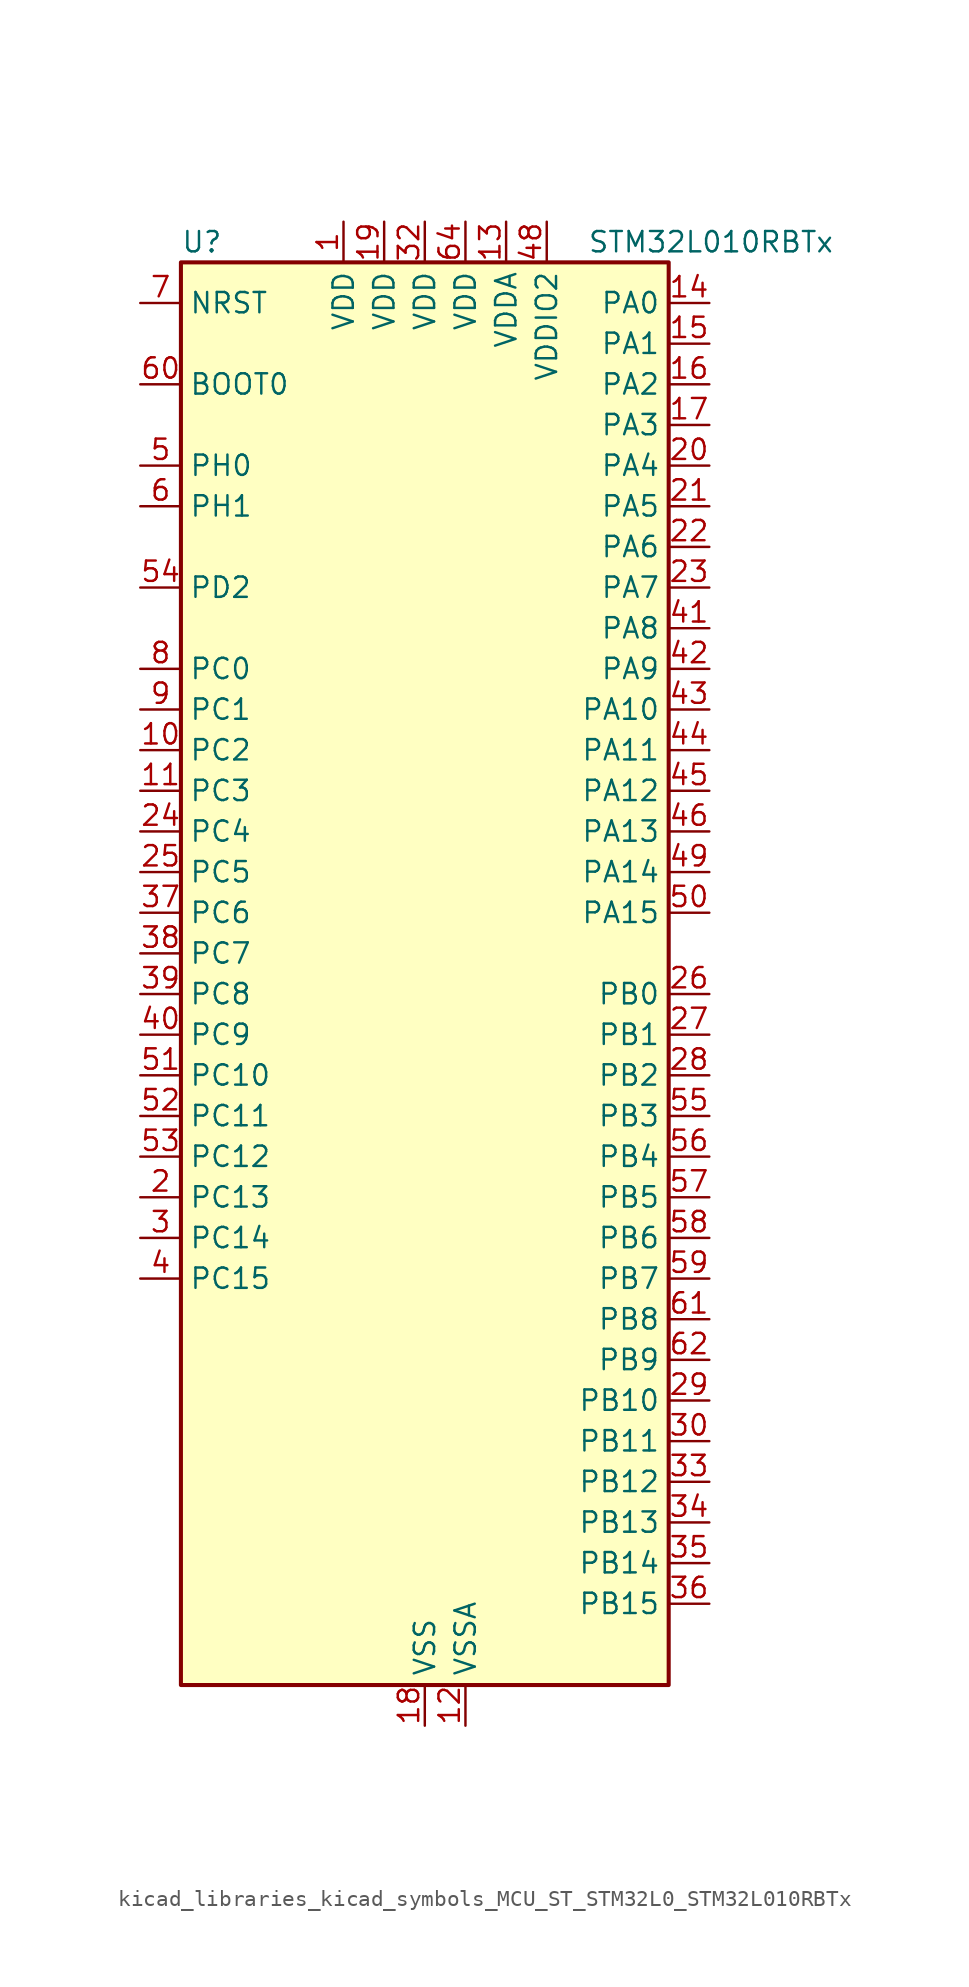
<source format=kicad_sym>
(kicad_symbol_lib
  (version 20220914)
  (generator kicad_symbol_editor)
  (symbol "kicad_libraries_kicad_symbols_MCU_ST_STM32L0_STM32L010RBTx"
    (property "Reference" "U"
      (at -15.24 46.99 0)
      (effects (font (size 1.27 1.27)) (justify left)))
    (property "Value" "STM32L010RBTx"
      (at 10.16 46.99 0)
      (effects (font (size 1.27 1.27)) (justify left)))
    (property "ki_locked" ""
      (at 0 0 0)
      (effects (font (size 1.27 1.27))))
    (symbol "kicad_libraries_kicad_symbols_MCU_ST_STM32L0_STM32L010RBTx_0_1"
      (rectangle (start -15.24 -43.18) (end 15.24 45.72) (stroke (width 0.254) (type default)) (fill (type background))))
    (symbol "kicad_libraries_kicad_symbols_MCU_ST_STM32L0_STM32L010RBTx_1_1"
      (pin power_in line (at -5.08 48.26 270) (length 2.54) (name "VDD" (effects (font (size 1.27 1.27)))) (number "1" (effects (font (size 1.27 1.27)))))
      (pin bidirectional line (at -17.78 15.24 0) (length 2.54) (name "PC2" (effects (font (size 1.27 1.27)))) (number "10" (effects (font (size 1.27 1.27)))) (alternate "ADC_IN12" bidirectional line) (alternate "LPTIM1_IN2" bidirectional line))
      (pin bidirectional line (at -17.78 12.7 0) (length 2.54) (name "PC3" (effects (font (size 1.27 1.27)))) (number "11" (effects (font (size 1.27 1.27)))) (alternate "ADC_IN13" bidirectional line) (alternate "LPTIM1_ETR" bidirectional line))
      (pin power_in line (at 2.54 -45.72 90) (length 2.54) (name "VSSA" (effects (font (size 1.27 1.27)))) (number "12" (effects (font (size 1.27 1.27)))))
      (pin power_in line (at 5.08 48.26 270) (length 2.54) (name "VDDA" (effects (font (size 1.27 1.27)))) (number "13" (effects (font (size 1.27 1.27)))))
      (pin bidirectional line (at 17.78 43.18 180) (length 2.54) (name "PA0" (effects (font (size 1.27 1.27)))) (number "14" (effects (font (size 1.27 1.27)))) (alternate "ADC_IN0" bidirectional line) (alternate "RTC_TAMP2" bidirectional line) (alternate "SYS_WKUP1" bidirectional line) (alternate "TIM2_CH1" bidirectional line) (alternate "TIM2_ETR" bidirectional line) (alternate "USART2_CTS" bidirectional line))
      (pin bidirectional line (at 17.78 40.64 180) (length 2.54) (name "PA1" (effects (font (size 1.27 1.27)))) (number "15" (effects (font (size 1.27 1.27)))) (alternate "ADC_IN1" bidirectional line) (alternate "TIM21_ETR" bidirectional line) (alternate "TIM2_CH2" bidirectional line) (alternate "USART2_DE" bidirectional line) (alternate "USART2_RTS" bidirectional line))
      (pin bidirectional line (at 17.78 38.1 180) (length 2.54) (name "PA2" (effects (font (size 1.27 1.27)))) (number "16" (effects (font (size 1.27 1.27)))) (alternate "ADC_IN2" bidirectional line) (alternate "LPUART1_TX" bidirectional line) (alternate "TIM21_CH1" bidirectional line) (alternate "TIM2_CH3" bidirectional line) (alternate "USART2_TX" bidirectional line))
      (pin bidirectional line (at 17.78 35.56 180) (length 2.54) (name "PA3" (effects (font (size 1.27 1.27)))) (number "17" (effects (font (size 1.27 1.27)))) (alternate "ADC_IN3" bidirectional line) (alternate "LPUART1_RX" bidirectional line) (alternate "TIM21_CH2" bidirectional line) (alternate "TIM2_CH4" bidirectional line) (alternate "USART2_RX" bidirectional line))
      (pin power_in line (at 0 -45.72 90) (length 2.54) (name "VSS" (effects (font (size 1.27 1.27)))) (number "18" (effects (font (size 1.27 1.27)))))
      (pin power_in line (at -2.54 48.26 270) (length 2.54) (name "VDD" (effects (font (size 1.27 1.27)))) (number "19" (effects (font (size 1.27 1.27)))))
      (pin bidirectional line (at -17.78 -12.7 0) (length 2.54) (name "PC13" (effects (font (size 1.27 1.27)))) (number "2" (effects (font (size 1.27 1.27)))) (alternate "RTC_OUT_ALARM" bidirectional line) (alternate "RTC_OUT_CALIB" bidirectional line) (alternate "RTC_TAMP1" bidirectional line) (alternate "RTC_TS" bidirectional line) (alternate "SYS_WKUP2" bidirectional line))
      (pin bidirectional line (at 17.78 33.02 180) (length 2.54) (name "PA4" (effects (font (size 1.27 1.27)))) (number "20" (effects (font (size 1.27 1.27)))) (alternate "ADC_IN4" bidirectional line) (alternate "SPI1_NSS" bidirectional line) (alternate "TIM22_ETR" bidirectional line) (alternate "USART2_CK" bidirectional line))
      (pin bidirectional line (at 17.78 30.48 180) (length 2.54) (name "PA5" (effects (font (size 1.27 1.27)))) (number "21" (effects (font (size 1.27 1.27)))) (alternate "ADC_IN5" bidirectional line) (alternate "SPI1_SCK" bidirectional line) (alternate "TIM2_CH1" bidirectional line) (alternate "TIM2_ETR" bidirectional line))
      (pin bidirectional line (at 17.78 27.94 180) (length 2.54) (name "PA6" (effects (font (size 1.27 1.27)))) (number "22" (effects (font (size 1.27 1.27)))) (alternate "ADC_IN6" bidirectional line) (alternate "LPUART1_CTS" bidirectional line) (alternate "SPI1_MISO" bidirectional line) (alternate "TIM22_CH1" bidirectional line))
      (pin bidirectional line (at 17.78 25.4 180) (length 2.54) (name "PA7" (effects (font (size 1.27 1.27)))) (number "23" (effects (font (size 1.27 1.27)))) (alternate "ADC_IN7" bidirectional line) (alternate "SPI1_MOSI" bidirectional line) (alternate "TIM22_CH2" bidirectional line))
      (pin bidirectional line (at -17.78 10.16 0) (length 2.54) (name "PC4" (effects (font (size 1.27 1.27)))) (number "24" (effects (font (size 1.27 1.27)))) (alternate "ADC_IN14" bidirectional line) (alternate "LPUART1_TX" bidirectional line))
      (pin bidirectional line (at -17.78 7.62 0) (length 2.54) (name "PC5" (effects (font (size 1.27 1.27)))) (number "25" (effects (font (size 1.27 1.27)))) (alternate "ADC_IN15" bidirectional line) (alternate "LPUART1_RX" bidirectional line))
      (pin bidirectional line (at 17.78 0 180) (length 2.54) (name "PB0" (effects (font (size 1.27 1.27)))) (number "26" (effects (font (size 1.27 1.27)))) (alternate "ADC_IN8" bidirectional line) (alternate "SYS_VREF_OUT_PB0" bidirectional line))
      (pin bidirectional line (at 17.78 -2.54 180) (length 2.54) (name "PB1" (effects (font (size 1.27 1.27)))) (number "27" (effects (font (size 1.27 1.27)))) (alternate "ADC_IN9" bidirectional line) (alternate "LPUART1_DE" bidirectional line) (alternate "LPUART1_RTS" bidirectional line) (alternate "SYS_VREF_OUT_PB1" bidirectional line))
      (pin bidirectional line (at 17.78 -5.08 180) (length 2.54) (name "PB2" (effects (font (size 1.27 1.27)))) (number "28" (effects (font (size 1.27 1.27)))) (alternate "LPTIM1_OUT" bidirectional line))
      (pin bidirectional line (at 17.78 -25.4 180) (length 2.54) (name "PB10" (effects (font (size 1.27 1.27)))) (number "29" (effects (font (size 1.27 1.27)))) (alternate "LPUART1_RX" bidirectional line) (alternate "LPUART1_TX" bidirectional line) (alternate "TIM2_CH3" bidirectional line))
      (pin bidirectional line (at -17.78 -15.24 0) (length 2.54) (name "PC14" (effects (font (size 1.27 1.27)))) (number "3" (effects (font (size 1.27 1.27)))) (alternate "RCC_OSC32_IN" bidirectional line))
      (pin bidirectional line (at 17.78 -27.94 180) (length 2.54) (name "PB11" (effects (font (size 1.27 1.27)))) (number "30" (effects (font (size 1.27 1.27)))) (alternate "ADC_EXTI11" bidirectional line) (alternate "LPUART1_RX" bidirectional line) (alternate "LPUART1_TX" bidirectional line) (alternate "TIM2_CH4" bidirectional line))
      (pin passive line (at 0 -45.72 90) (length 2.54) hide (name "VSS" (effects (font (size 1.27 1.27)))) (number "31" (effects (font (size 1.27 1.27)))))
      (pin power_in line (at 0 48.26 270) (length 2.54) (name "VDD" (effects (font (size 1.27 1.27)))) (number "32" (effects (font (size 1.27 1.27)))))
      (pin bidirectional line (at 17.78 -30.48 180) (length 2.54) (name "PB12" (effects (font (size 1.27 1.27)))) (number "33" (effects (font (size 1.27 1.27)))) (alternate "LPUART1_DE" bidirectional line) (alternate "LPUART1_RTS" bidirectional line))
      (pin bidirectional line (at 17.78 -33.02 180) (length 2.54) (name "PB13" (effects (font (size 1.27 1.27)))) (number "34" (effects (font (size 1.27 1.27)))) (alternate "LPUART1_CTS" bidirectional line) (alternate "RCC_MCO" bidirectional line) (alternate "TIM21_CH1" bidirectional line))
      (pin bidirectional line (at 17.78 -35.56 180) (length 2.54) (name "PB14" (effects (font (size 1.27 1.27)))) (number "35" (effects (font (size 1.27 1.27)))) (alternate "LPUART1_DE" bidirectional line) (alternate "LPUART1_RTS" bidirectional line) (alternate "RTC_OUT_ALARM" bidirectional line) (alternate "RTC_OUT_CALIB" bidirectional line) (alternate "TIM21_CH2" bidirectional line))
      (pin bidirectional line (at 17.78 -38.1 180) (length 2.54) (name "PB15" (effects (font (size 1.27 1.27)))) (number "36" (effects (font (size 1.27 1.27)))) (alternate "RTC_REFIN" bidirectional line))
      (pin bidirectional line (at -17.78 5.08 0) (length 2.54) (name "PC6" (effects (font (size 1.27 1.27)))) (number "37" (effects (font (size 1.27 1.27)))) (alternate "TIM22_CH1" bidirectional line))
      (pin bidirectional line (at -17.78 2.54 0) (length 2.54) (name "PC7" (effects (font (size 1.27 1.27)))) (number "38" (effects (font (size 1.27 1.27)))) (alternate "TIM22_CH2" bidirectional line))
      (pin bidirectional line (at -17.78 0 0) (length 2.54) (name "PC8" (effects (font (size 1.27 1.27)))) (number "39" (effects (font (size 1.27 1.27)))) (alternate "TIM22_ETR" bidirectional line))
      (pin bidirectional line (at -17.78 -17.78 0) (length 2.54) (name "PC15" (effects (font (size 1.27 1.27)))) (number "4" (effects (font (size 1.27 1.27)))) (alternate "RCC_OSC32_OUT" bidirectional line))
      (pin bidirectional line (at -17.78 -2.54 0) (length 2.54) (name "PC9" (effects (font (size 1.27 1.27)))) (number "40" (effects (font (size 1.27 1.27)))) (alternate "TIM21_ETR" bidirectional line))
      (pin bidirectional line (at 17.78 22.86 180) (length 2.54) (name "PA8" (effects (font (size 1.27 1.27)))) (number "41" (effects (font (size 1.27 1.27)))) (alternate "RCC_MCO" bidirectional line))
      (pin bidirectional line (at 17.78 20.32 180) (length 2.54) (name "PA9" (effects (font (size 1.27 1.27)))) (number "42" (effects (font (size 1.27 1.27)))) (alternate "I2C1_SCL" bidirectional line) (alternate "RCC_MCO" bidirectional line))
      (pin bidirectional line (at 17.78 17.78 180) (length 2.54) (name "PA10" (effects (font (size 1.27 1.27)))) (number "43" (effects (font (size 1.27 1.27)))) (alternate "I2C1_SDA" bidirectional line))
      (pin bidirectional line (at 17.78 15.24 180) (length 2.54) (name "PA11" (effects (font (size 1.27 1.27)))) (number "44" (effects (font (size 1.27 1.27)))) (alternate "ADC_EXTI11" bidirectional line) (alternate "SPI1_MISO" bidirectional line))
      (pin bidirectional line (at 17.78 12.7 180) (length 2.54) (name "PA12" (effects (font (size 1.27 1.27)))) (number "45" (effects (font (size 1.27 1.27)))) (alternate "SPI1_MOSI" bidirectional line))
      (pin bidirectional line (at 17.78 10.16 180) (length 2.54) (name "PA13" (effects (font (size 1.27 1.27)))) (number "46" (effects (font (size 1.27 1.27)))) (alternate "LPUART1_RX" bidirectional line) (alternate "SYS_SWDIO" bidirectional line))
      (pin passive line (at 0 -45.72 90) (length 2.54) hide (name "VSS" (effects (font (size 1.27 1.27)))) (number "47" (effects (font (size 1.27 1.27)))))
      (pin power_in line (at 7.62 48.26 270) (length 2.54) (name "VDDIO2" (effects (font (size 1.27 1.27)))) (number "48" (effects (font (size 1.27 1.27)))))
      (pin bidirectional line (at 17.78 7.62 180) (length 2.54) (name "PA14" (effects (font (size 1.27 1.27)))) (number "49" (effects (font (size 1.27 1.27)))) (alternate "LPUART1_TX" bidirectional line) (alternate "SYS_SWCLK" bidirectional line) (alternate "USART2_TX" bidirectional line))
      (pin bidirectional line (at -17.78 33.02 0) (length 2.54) (name "PH0" (effects (font (size 1.27 1.27)))) (number "5" (effects (font (size 1.27 1.27)))) (alternate "RCC_OSC_IN" bidirectional line))
      (pin bidirectional line (at 17.78 5.08 180) (length 2.54) (name "PA15" (effects (font (size 1.27 1.27)))) (number "50" (effects (font (size 1.27 1.27)))) (alternate "SPI1_NSS" bidirectional line) (alternate "TIM2_CH1" bidirectional line) (alternate "TIM2_ETR" bidirectional line) (alternate "USART2_RX" bidirectional line))
      (pin bidirectional line (at -17.78 -5.08 0) (length 2.54) (name "PC10" (effects (font (size 1.27 1.27)))) (number "51" (effects (font (size 1.27 1.27)))) (alternate "LPUART1_TX" bidirectional line))
      (pin bidirectional line (at -17.78 -7.62 0) (length 2.54) (name "PC11" (effects (font (size 1.27 1.27)))) (number "52" (effects (font (size 1.27 1.27)))) (alternate "ADC_EXTI11" bidirectional line) (alternate "LPUART1_RX" bidirectional line))
      (pin bidirectional line (at -17.78 -10.16 0) (length 2.54) (name "PC12" (effects (font (size 1.27 1.27)))) (number "53" (effects (font (size 1.27 1.27)))))
      (pin bidirectional line (at -17.78 25.4 0) (length 2.54) (name "PD2" (effects (font (size 1.27 1.27)))) (number "54" (effects (font (size 1.27 1.27)))) (alternate "LPUART1_DE" bidirectional line) (alternate "LPUART1_RTS" bidirectional line))
      (pin bidirectional line (at 17.78 -7.62 180) (length 2.54) (name "PB3" (effects (font (size 1.27 1.27)))) (number "55" (effects (font (size 1.27 1.27)))) (alternate "SPI1_SCK" bidirectional line) (alternate "TIM2_CH2" bidirectional line))
      (pin bidirectional line (at 17.78 -10.16 180) (length 2.54) (name "PB4" (effects (font (size 1.27 1.27)))) (number "56" (effects (font (size 1.27 1.27)))) (alternate "SPI1_MISO" bidirectional line) (alternate "TIM22_CH1" bidirectional line))
      (pin bidirectional line (at 17.78 -12.7 180) (length 2.54) (name "PB5" (effects (font (size 1.27 1.27)))) (number "57" (effects (font (size 1.27 1.27)))) (alternate "I2C1_SMBA" bidirectional line) (alternate "LPTIM1_IN1" bidirectional line) (alternate "SPI1_MOSI" bidirectional line) (alternate "TIM22_CH2" bidirectional line))
      (pin bidirectional line (at 17.78 -15.24 180) (length 2.54) (name "PB6" (effects (font (size 1.27 1.27)))) (number "58" (effects (font (size 1.27 1.27)))) (alternate "I2C1_SCL" bidirectional line) (alternate "LPTIM1_ETR" bidirectional line))
      (pin bidirectional line (at 17.78 -17.78 180) (length 2.54) (name "PB7" (effects (font (size 1.27 1.27)))) (number "59" (effects (font (size 1.27 1.27)))) (alternate "I2C1_SDA" bidirectional line) (alternate "LPTIM1_IN2" bidirectional line) (alternate "SYS_PVD_IN" bidirectional line))
      (pin bidirectional line (at -17.78 30.48 0) (length 2.54) (name "PH1" (effects (font (size 1.27 1.27)))) (number "6" (effects (font (size 1.27 1.27)))) (alternate "RCC_OSC_OUT" bidirectional line))
      (pin input line (at -17.78 38.1 0) (length 2.54) (name "BOOT0" (effects (font (size 1.27 1.27)))) (number "60" (effects (font (size 1.27 1.27)))))
      (pin bidirectional line (at 17.78 -20.32 180) (length 2.54) (name "PB8" (effects (font (size 1.27 1.27)))) (number "61" (effects (font (size 1.27 1.27)))) (alternate "I2C1_SCL" bidirectional line))
      (pin bidirectional line (at 17.78 -22.86 180) (length 2.54) (name "PB9" (effects (font (size 1.27 1.27)))) (number "62" (effects (font (size 1.27 1.27)))) (alternate "I2C1_SDA" bidirectional line))
      (pin passive line (at 0 -45.72 90) (length 2.54) hide (name "VSS" (effects (font (size 1.27 1.27)))) (number "63" (effects (font (size 1.27 1.27)))))
      (pin power_in line (at 2.54 48.26 270) (length 2.54) (name "VDD" (effects (font (size 1.27 1.27)))) (number "64" (effects (font (size 1.27 1.27)))))
      (pin input line (at -17.78 43.18 0) (length 2.54) (name "NRST" (effects (font (size 1.27 1.27)))) (number "7" (effects (font (size 1.27 1.27)))))
      (pin bidirectional line (at -17.78 20.32 0) (length 2.54) (name "PC0" (effects (font (size 1.27 1.27)))) (number "8" (effects (font (size 1.27 1.27)))) (alternate "ADC_IN10" bidirectional line) (alternate "LPTIM1_IN1" bidirectional line) (alternate "LPUART1_RX" bidirectional line))
      (pin bidirectional line (at -17.78 17.78 0) (length 2.54) (name "PC1" (effects (font (size 1.27 1.27)))) (number "9" (effects (font (size 1.27 1.27)))) (alternate "ADC_IN11" bidirectional line) (alternate "LPTIM1_OUT" bidirectional line) (alternate "LPUART1_TX" bidirectional line)))))
</source>
